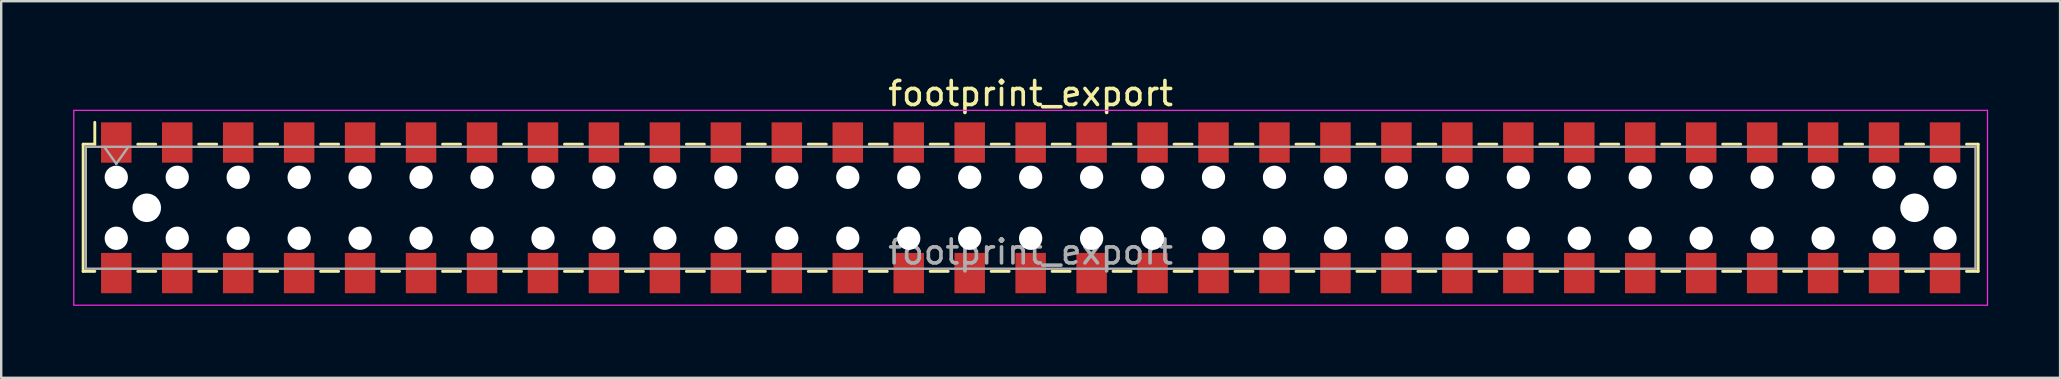
<source format=kicad_pcb>
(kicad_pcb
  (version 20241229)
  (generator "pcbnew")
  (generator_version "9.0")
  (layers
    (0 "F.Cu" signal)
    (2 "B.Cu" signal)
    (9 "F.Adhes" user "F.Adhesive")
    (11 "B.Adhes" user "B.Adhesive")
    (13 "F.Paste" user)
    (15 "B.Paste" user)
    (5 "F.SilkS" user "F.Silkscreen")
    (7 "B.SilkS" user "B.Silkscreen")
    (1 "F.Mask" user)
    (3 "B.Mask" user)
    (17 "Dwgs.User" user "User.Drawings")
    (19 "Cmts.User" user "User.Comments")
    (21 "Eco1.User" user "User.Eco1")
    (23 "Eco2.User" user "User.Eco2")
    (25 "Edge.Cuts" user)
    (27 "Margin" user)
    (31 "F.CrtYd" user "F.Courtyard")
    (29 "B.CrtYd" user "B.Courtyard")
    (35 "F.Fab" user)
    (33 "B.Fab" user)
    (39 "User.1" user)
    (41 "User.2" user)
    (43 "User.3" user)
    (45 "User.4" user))
  (footprint "footprint_export"
    (layer "F.Cu")
    (at 39.895 5.608)
    (property "Reference" "footprint_export" (at 0 -4.76 0) (layer "F.SilkS") (effects (font (size 1 1) (thickness 0.15))))
    (attr smd)
    (fp_line (start -39.48 -2.65) (end -39.48 2.65) (stroke (width 0.12) (type solid)) (layer "F.SilkS"))
    (fp_line (start -39.48 2.65) (end -38.995 2.65) (stroke (width 0.12) (type solid)) (layer "F.SilkS"))
    (fp_line (start -38.995 -3.56) (end -38.995 -2.65) (stroke (width 0.12) (type solid)) (layer "F.SilkS"))
    (fp_line (start -38.995 -2.65) (end -39.48 -2.65) (stroke (width 0.12) (type solid)) (layer "F.SilkS"))
    (fp_line (start -37.205 -2.65) (end -36.455 -2.65) (stroke (width 0.12) (type solid)) (layer "F.SilkS"))
    (fp_line (start -37.205 2.65) (end -36.455 2.65) (stroke (width 0.12) (type solid)) (layer "F.SilkS"))
    (fp_line (start -34.665 -2.65) (end -33.915 -2.65) (stroke (width 0.12) (type solid)) (layer "F.SilkS"))
    (fp_line (start -34.665 2.65) (end -33.915 2.65) (stroke (width 0.12) (type solid)) (layer "F.SilkS"))
    (fp_line (start -32.125 -2.65) (end -31.375 -2.65) (stroke (width 0.12) (type solid)) (layer "F.SilkS"))
    (fp_line (start -32.125 2.65) (end -31.375 2.65) (stroke (width 0.12) (type solid)) (layer "F.SilkS"))
    (fp_line (start -29.585 -2.65) (end -28.835 -2.65) (stroke (width 0.12) (type solid)) (layer "F.SilkS"))
    (fp_line (start -29.585 2.65) (end -28.835 2.65) (stroke (width 0.12) (type solid)) (layer "F.SilkS"))
    (fp_line (start -27.045 -2.65) (end -26.295 -2.65) (stroke (width 0.12) (type solid)) (layer "F.SilkS"))
    (fp_line (start -27.045 2.65) (end -26.295 2.65) (stroke (width 0.12) (type solid)) (layer "F.SilkS"))
    (fp_line (start -24.505 -2.65) (end -23.755 -2.65) (stroke (width 0.12) (type solid)) (layer "F.SilkS"))
    (fp_line (start -24.505 2.65) (end -23.755 2.65) (stroke (width 0.12) (type solid)) (layer "F.SilkS"))
    (fp_line (start -21.965 -2.65) (end -21.215 -2.65) (stroke (width 0.12) (type solid)) (layer "F.SilkS"))
    (fp_line (start -21.965 2.65) (end -21.215 2.65) (stroke (width 0.12) (type solid)) (layer "F.SilkS"))
    (fp_line (start -19.425 -2.65) (end -18.675 -2.65) (stroke (width 0.12) (type solid)) (layer "F.SilkS"))
    (fp_line (start -19.425 2.65) (end -18.675 2.65) (stroke (width 0.12) (type solid)) (layer "F.SilkS"))
    (fp_line (start -16.885 -2.65) (end -16.135 -2.65) (stroke (width 0.12) (type solid)) (layer "F.SilkS"))
    (fp_line (start -16.885 2.65) (end -16.135 2.65) (stroke (width 0.12) (type solid)) (layer "F.SilkS"))
    (fp_line (start -14.345 -2.65) (end -13.595 -2.65) (stroke (width 0.12) (type solid)) (layer "F.SilkS"))
    (fp_line (start -14.345 2.65) (end -13.595 2.65) (stroke (width 0.12) (type solid)) (layer "F.SilkS"))
    (fp_line (start -11.805 -2.65) (end -11.055 -2.65) (stroke (width 0.12) (type solid)) (layer "F.SilkS"))
    (fp_line (start -11.805 2.65) (end -11.055 2.65) (stroke (width 0.12) (type solid)) (layer "F.SilkS"))
    (fp_line (start -9.265 -2.65) (end -8.515 -2.65) (stroke (width 0.12) (type solid)) (layer "F.SilkS"))
    (fp_line (start -9.265 2.65) (end -8.515 2.65) (stroke (width 0.12) (type solid)) (layer "F.SilkS"))
    (fp_line (start -6.725 -2.65) (end -5.975 -2.65) (stroke (width 0.12) (type solid)) (layer "F.SilkS"))
    (fp_line (start -6.725 2.65) (end -5.975 2.65) (stroke (width 0.12) (type solid)) (layer "F.SilkS"))
    (fp_line (start -4.185 -2.65) (end -3.435 -2.65) (stroke (width 0.12) (type solid)) (layer "F.SilkS"))
    (fp_line (start -4.185 2.65) (end -3.435 2.65) (stroke (width 0.12) (type solid)) (layer "F.SilkS"))
    (fp_line (start -1.645 -2.65) (end -0.895 -2.65) (stroke (width 0.12) (type solid)) (layer "F.SilkS"))
    (fp_line (start -1.645 2.65) (end -0.895 2.65) (stroke (width 0.12) (type solid)) (layer "F.SilkS"))
    (fp_line (start 0.895 -2.65) (end 1.645 -2.65) (stroke (width 0.12) (type solid)) (layer "F.SilkS"))
    (fp_line (start 0.895 2.65) (end 1.645 2.65) (stroke (width 0.12) (type solid)) (layer "F.SilkS"))
    (fp_line (start 3.435 -2.65) (end 4.185 -2.65) (stroke (width 0.12) (type solid)) (layer "F.SilkS"))
    (fp_line (start 3.435 2.65) (end 4.185 2.65) (stroke (width 0.12) (type solid)) (layer "F.SilkS"))
    (fp_line (start 5.975 -2.65) (end 6.725 -2.65) (stroke (width 0.12) (type solid)) (layer "F.SilkS"))
    (fp_line (start 5.975 2.65) (end 6.725 2.65) (stroke (width 0.12) (type solid)) (layer "F.SilkS"))
    (fp_line (start 8.515 -2.65) (end 9.265 -2.65) (stroke (width 0.12) (type solid)) (layer "F.SilkS"))
    (fp_line (start 8.515 2.65) (end 9.265 2.65) (stroke (width 0.12) (type solid)) (layer "F.SilkS"))
    (fp_line (start 11.055 -2.65) (end 11.805 -2.65) (stroke (width 0.12) (type solid)) (layer "F.SilkS"))
    (fp_line (start 11.055 2.65) (end 11.805 2.65) (stroke (width 0.12) (type solid)) (layer "F.SilkS"))
    (fp_line (start 13.595 -2.65) (end 14.345 -2.65) (stroke (width 0.12) (type solid)) (layer "F.SilkS"))
    (fp_line (start 13.595 2.65) (end 14.345 2.65) (stroke (width 0.12) (type solid)) (layer "F.SilkS"))
    (fp_line (start 16.135 -2.65) (end 16.885 -2.65) (stroke (width 0.12) (type solid)) (layer "F.SilkS"))
    (fp_line (start 16.135 2.65) (end 16.885 2.65) (stroke (width 0.12) (type solid)) (layer "F.SilkS"))
    (fp_line (start 18.675 -2.65) (end 19.425 -2.65) (stroke (width 0.12) (type solid)) (layer "F.SilkS"))
    (fp_line (start 18.675 2.65) (end 19.425 2.65) (stroke (width 0.12) (type solid)) (layer "F.SilkS"))
    (fp_line (start 21.215 -2.65) (end 21.965 -2.65) (stroke (width 0.12) (type solid)) (layer "F.SilkS"))
    (fp_line (start 21.215 2.65) (end 21.965 2.65) (stroke (width 0.12) (type solid)) (layer "F.SilkS"))
    (fp_line (start 23.755 -2.65) (end 24.505 -2.65) (stroke (width 0.12) (type solid)) (layer "F.SilkS"))
    (fp_line (start 23.755 2.65) (end 24.505 2.65) (stroke (width 0.12) (type solid)) (layer "F.SilkS"))
    (fp_line (start 26.295 -2.65) (end 27.045 -2.65) (stroke (width 0.12) (type solid)) (layer "F.SilkS"))
    (fp_line (start 26.295 2.65) (end 27.045 2.65) (stroke (width 0.12) (type solid)) (layer "F.SilkS"))
    (fp_line (start 28.835 -2.65) (end 29.585 -2.65) (stroke (width 0.12) (type solid)) (layer "F.SilkS"))
    (fp_line (start 28.835 2.65) (end 29.585 2.65) (stroke (width 0.12) (type solid)) (layer "F.SilkS"))
    (fp_line (start 31.375 -2.65) (end 32.125 -2.65) (stroke (width 0.12) (type solid)) (layer "F.SilkS"))
    (fp_line (start 31.375 2.65) (end 32.125 2.65) (stroke (width 0.12) (type solid)) (layer "F.SilkS"))
    (fp_line (start 33.915 -2.65) (end 34.665 -2.65) (stroke (width 0.12) (type solid)) (layer "F.SilkS"))
    (fp_line (start 33.915 2.65) (end 34.665 2.65) (stroke (width 0.12) (type solid)) (layer "F.SilkS"))
    (fp_line (start 36.455 -2.65) (end 37.205 -2.65) (stroke (width 0.12) (type solid)) (layer "F.SilkS"))
    (fp_line (start 36.455 2.65) (end 37.205 2.65) (stroke (width 0.12) (type solid)) (layer "F.SilkS"))
    (fp_line (start 38.995 -2.65) (end 39.48 -2.65) (stroke (width 0.12) (type solid)) (layer "F.SilkS"))
    (fp_line (start 39.48 -2.65) (end 39.48 2.65) (stroke (width 0.12) (type solid)) (layer "F.SilkS"))
    (fp_line (start 39.48 2.65) (end 38.995 2.65) (stroke (width 0.12) (type solid)) (layer "F.SilkS"))
    (fp_line (start -39.87 -4.06) (end 39.87 -4.06) (stroke (width 0.05) (type solid)) (layer "F.CrtYd"))
    (fp_line (start -39.87 4.06) (end -39.87 -4.06) (stroke (width 0.05) (type solid)) (layer "F.CrtYd"))
    (fp_line (start 39.87 -4.06) (end 39.87 4.06) (stroke (width 0.05) (type solid)) (layer "F.CrtYd"))
    (fp_line (start 39.87 4.06) (end -39.87 4.06) (stroke (width 0.05) (type solid)) (layer "F.CrtYd"))
    (fp_line (start -39.37 -2.54) (end 39.37 -2.54) (stroke (width 0.1) (type solid)) (layer "F.Fab"))
    (fp_line (start -39.37 2.54) (end -39.37 -2.54) (stroke (width 0.1) (type solid)) (layer "F.Fab"))
    (fp_line (start -38.6 -2.54) (end -38.1 -1.833) (stroke (width 0.1) (type solid)) (layer "F.Fab"))
    (fp_line (start -38.1 -1.833) (end -37.6 -2.54) (stroke (width 0.1) (type solid)) (layer "F.Fab"))
    (fp_line (start 39.37 -2.54) (end 39.37 2.54) (stroke (width 0.1) (type solid)) (layer "F.Fab"))
    (fp_line (start 39.37 2.54) (end -39.37 2.54) (stroke (width 0.1) (type solid)) (layer "F.Fab"))
    (fp_text user "${REFERENCE}" (at 0 1.84 0) (layer "F.Fab") (effects (font (size 1 1) (thickness 0.15))))
    (pad "" np_thru_hole circle (at -38.1 -1.27) (size 0.97 0.97) (drill 0.97) (layers "*.Cu" "*.Mask"))
    (pad "" np_thru_hole circle (at -38.1 1.27) (size 0.97 0.97) (drill 0.97) (layers "*.Cu" "*.Mask"))
    (pad "" np_thru_hole circle (at -36.83 0) (size 1.19 1.19) (drill 1.19) (layers "*.Cu" "*.Mask"))
    (pad "" np_thru_hole circle (at -35.56 -1.27) (size 0.97 0.97) (drill 0.97) (layers "*.Cu" "*.Mask"))
    (pad "" np_thru_hole circle (at -35.56 1.27) (size 0.97 0.97) (drill 0.97) (layers "*.Cu" "*.Mask"))
    (pad "" np_thru_hole circle (at -33.02 -1.27) (size 0.97 0.97) (drill 0.97) (layers "*.Cu" "*.Mask"))
    (pad "" np_thru_hole circle (at -33.02 1.27) (size 0.97 0.97) (drill 0.97) (layers "*.Cu" "*.Mask"))
    (pad "" np_thru_hole circle (at -30.48 -1.27) (size 0.97 0.97) (drill 0.97) (layers "*.Cu" "*.Mask"))
    (pad "" np_thru_hole circle (at -30.48 1.27) (size 0.97 0.97) (drill 0.97) (layers "*.Cu" "*.Mask"))
    (pad "" np_thru_hole circle (at -27.94 -1.27) (size 0.97 0.97) (drill 0.97) (layers "*.Cu" "*.Mask"))
    (pad "" np_thru_hole circle (at -27.94 1.27) (size 0.97 0.97) (drill 0.97) (layers "*.Cu" "*.Mask"))
    (pad "" np_thru_hole circle (at -25.4 -1.27) (size 0.97 0.97) (drill 0.97) (layers "*.Cu" "*.Mask"))
    (pad "" np_thru_hole circle (at -25.4 1.27) (size 0.97 0.97) (drill 0.97) (layers "*.Cu" "*.Mask"))
    (pad "" np_thru_hole circle (at -22.86 -1.27) (size 0.97 0.97) (drill 0.97) (layers "*.Cu" "*.Mask"))
    (pad "" np_thru_hole circle (at -22.86 1.27) (size 0.97 0.97) (drill 0.97) (layers "*.Cu" "*.Mask"))
    (pad "" np_thru_hole circle (at -20.32 -1.27) (size 0.97 0.97) (drill 0.97) (layers "*.Cu" "*.Mask"))
    (pad "" np_thru_hole circle (at -20.32 1.27) (size 0.97 0.97) (drill 0.97) (layers "*.Cu" "*.Mask"))
    (pad "" np_thru_hole circle (at -17.78 -1.27) (size 0.97 0.97) (drill 0.97) (layers "*.Cu" "*.Mask"))
    (pad "" np_thru_hole circle (at -17.78 1.27) (size 0.97 0.97) (drill 0.97) (layers "*.Cu" "*.Mask"))
    (pad "" np_thru_hole circle (at -15.24 -1.27) (size 0.97 0.97) (drill 0.97) (layers "*.Cu" "*.Mask"))
    (pad "" np_thru_hole circle (at -15.24 1.27) (size 0.97 0.97) (drill 0.97) (layers "*.Cu" "*.Mask"))
    (pad "" np_thru_hole circle (at -12.7 -1.27) (size 0.97 0.97) (drill 0.97) (layers "*.Cu" "*.Mask"))
    (pad "" np_thru_hole circle (at -12.7 1.27) (size 0.97 0.97) (drill 0.97) (layers "*.Cu" "*.Mask"))
    (pad "" np_thru_hole circle (at -10.16 -1.27) (size 0.97 0.97) (drill 0.97) (layers "*.Cu" "*.Mask"))
    (pad "" np_thru_hole circle (at -10.16 1.27) (size 0.97 0.97) (drill 0.97) (layers "*.Cu" "*.Mask"))
    (pad "" np_thru_hole circle (at -7.62 -1.27) (size 0.97 0.97) (drill 0.97) (layers "*.Cu" "*.Mask"))
    (pad "" np_thru_hole circle (at -7.62 1.27) (size 0.97 0.97) (drill 0.97) (layers "*.Cu" "*.Mask"))
    (pad "" np_thru_hole circle (at -5.08 -1.27) (size 0.97 0.97) (drill 0.97) (layers "*.Cu" "*.Mask"))
    (pad "" np_thru_hole circle (at -5.08 1.27) (size 0.97 0.97) (drill 0.97) (layers "*.Cu" "*.Mask"))
    (pad "" np_thru_hole circle (at -2.54 -1.27) (size 0.97 0.97) (drill 0.97) (layers "*.Cu" "*.Mask"))
    (pad "" np_thru_hole circle (at -2.54 1.27) (size 0.97 0.97) (drill 0.97) (layers "*.Cu" "*.Mask"))
    (pad "" np_thru_hole circle (at 0 -1.27) (size 0.97 0.97) (drill 0.97) (layers "*.Cu" "*.Mask"))
    (pad "" np_thru_hole circle (at 0 1.27) (size 0.97 0.97) (drill 0.97) (layers "*.Cu" "*.Mask"))
    (pad "" np_thru_hole circle (at 2.54 -1.27) (size 0.97 0.97) (drill 0.97) (layers "*.Cu" "*.Mask"))
    (pad "" np_thru_hole circle (at 2.54 1.27) (size 0.97 0.97) (drill 0.97) (layers "*.Cu" "*.Mask"))
    (pad "" np_thru_hole circle (at 5.08 -1.27) (size 0.97 0.97) (drill 0.97) (layers "*.Cu" "*.Mask"))
    (pad "" np_thru_hole circle (at 5.08 1.27) (size 0.97 0.97) (drill 0.97) (layers "*.Cu" "*.Mask"))
    (pad "" np_thru_hole circle (at 7.62 -1.27) (size 0.97 0.97) (drill 0.97) (layers "*.Cu" "*.Mask"))
    (pad "" np_thru_hole circle (at 7.62 1.27) (size 0.97 0.97) (drill 0.97) (layers "*.Cu" "*.Mask"))
    (pad "" np_thru_hole circle (at 10.16 -1.27) (size 0.97 0.97) (drill 0.97) (layers "*.Cu" "*.Mask"))
    (pad "" np_thru_hole circle (at 10.16 1.27) (size 0.97 0.97) (drill 0.97) (layers "*.Cu" "*.Mask"))
    (pad "" np_thru_hole circle (at 12.7 -1.27) (size 0.97 0.97) (drill 0.97) (layers "*.Cu" "*.Mask"))
    (pad "" np_thru_hole circle (at 12.7 1.27) (size 0.97 0.97) (drill 0.97) (layers "*.Cu" "*.Mask"))
    (pad "" np_thru_hole circle (at 15.24 -1.27) (size 0.97 0.97) (drill 0.97) (layers "*.Cu" "*.Mask"))
    (pad "" np_thru_hole circle (at 15.24 1.27) (size 0.97 0.97) (drill 0.97) (layers "*.Cu" "*.Mask"))
    (pad "" np_thru_hole circle (at 17.78 -1.27) (size 0.97 0.97) (drill 0.97) (layers "*.Cu" "*.Mask"))
    (pad "" np_thru_hole circle (at 17.78 1.27) (size 0.97 0.97) (drill 0.97) (layers "*.Cu" "*.Mask"))
    (pad "" np_thru_hole circle (at 20.32 -1.27) (size 0.97 0.97) (drill 0.97) (layers "*.Cu" "*.Mask"))
    (pad "" np_thru_hole circle (at 20.32 1.27) (size 0.97 0.97) (drill 0.97) (layers "*.Cu" "*.Mask"))
    (pad "" np_thru_hole circle (at 22.86 -1.27) (size 0.97 0.97) (drill 0.97) (layers "*.Cu" "*.Mask"))
    (pad "" np_thru_hole circle (at 22.86 1.27) (size 0.97 0.97) (drill 0.97) (layers "*.Cu" "*.Mask"))
    (pad "" np_thru_hole circle (at 25.4 -1.27) (size 0.97 0.97) (drill 0.97) (layers "*.Cu" "*.Mask"))
    (pad "" np_thru_hole circle (at 25.4 1.27) (size 0.97 0.97) (drill 0.97) (layers "*.Cu" "*.Mask"))
    (pad "" np_thru_hole circle (at 27.94 -1.27) (size 0.97 0.97) (drill 0.97) (layers "*.Cu" "*.Mask"))
    (pad "" np_thru_hole circle (at 27.94 1.27) (size 0.97 0.97) (drill 0.97) (layers "*.Cu" "*.Mask"))
    (pad "" np_thru_hole circle (at 30.48 -1.27) (size 0.97 0.97) (drill 0.97) (layers "*.Cu" "*.Mask"))
    (pad "" np_thru_hole circle (at 30.48 1.27) (size 0.97 0.97) (drill 0.97) (layers "*.Cu" "*.Mask"))
    (pad "" np_thru_hole circle (at 33.02 -1.27) (size 0.97 0.97) (drill 0.97) (layers "*.Cu" "*.Mask"))
    (pad "" np_thru_hole circle (at 33.02 1.27) (size 0.97 0.97) (drill 0.97) (layers "*.Cu" "*.Mask"))
    (pad "" np_thru_hole circle (at 35.56 -1.27) (size 0.97 0.97) (drill 0.97) (layers "*.Cu" "*.Mask"))
    (pad "" np_thru_hole circle (at 35.56 1.27) (size 0.97 0.97) (drill 0.97) (layers "*.Cu" "*.Mask"))
    (pad "" np_thru_hole circle (at 36.83 0) (size 1.19 1.19) (drill 1.19) (layers "*.Cu" "*.Mask"))
    (pad "" np_thru_hole circle (at 38.1 -1.27) (size 0.97 0.97) (drill 0.97) (layers "*.Cu" "*.Mask"))
    (pad "" np_thru_hole circle (at 38.1 1.27) (size 0.97 0.97) (drill 0.97) (layers "*.Cu" "*.Mask"))
    (pad "1" smd rect (at -38.1 -2.72) (size 1.27 1.68) (layers "F.Cu" "F.Mask" "F.Paste"))
    (pad "2" smd rect (at -38.1 2.72) (size 1.27 1.68) (layers "F.Cu" "F.Mask" "F.Paste"))
    (pad "3" smd rect (at -35.56 -2.72) (size 1.27 1.68) (layers "F.Cu" "F.Mask" "F.Paste"))
    (pad "4" smd rect (at -35.56 2.72) (size 1.27 1.68) (layers "F.Cu" "F.Mask" "F.Paste"))
    (pad "5" smd rect (at -33.02 -2.72) (size 1.27 1.68) (layers "F.Cu" "F.Mask" "F.Paste"))
    (pad "6" smd rect (at -33.02 2.72) (size 1.27 1.68) (layers "F.Cu" "F.Mask" "F.Paste"))
    (pad "7" smd rect (at -30.48 -2.72) (size 1.27 1.68) (layers "F.Cu" "F.Mask" "F.Paste"))
    (pad "8" smd rect (at -30.48 2.72) (size 1.27 1.68) (layers "F.Cu" "F.Mask" "F.Paste"))
    (pad "9" smd rect (at -27.94 -2.72) (size 1.27 1.68) (layers "F.Cu" "F.Mask" "F.Paste"))
    (pad "10" smd rect (at -27.94 2.72) (size 1.27 1.68) (layers "F.Cu" "F.Mask" "F.Paste"))
    (pad "11" smd rect (at -25.4 -2.72) (size 1.27 1.68) (layers "F.Cu" "F.Mask" "F.Paste"))
    (pad "12" smd rect (at -25.4 2.72) (size 1.27 1.68) (layers "F.Cu" "F.Mask" "F.Paste"))
    (pad "13" smd rect (at -22.86 -2.72) (size 1.27 1.68) (layers "F.Cu" "F.Mask" "F.Paste"))
    (pad "14" smd rect (at -22.86 2.72) (size 1.27 1.68) (layers "F.Cu" "F.Mask" "F.Paste"))
    (pad "15" smd rect (at -20.32 -2.72) (size 1.27 1.68) (layers "F.Cu" "F.Mask" "F.Paste"))
    (pad "16" smd rect (at -20.32 2.72) (size 1.27 1.68) (layers "F.Cu" "F.Mask" "F.Paste"))
    (pad "17" smd rect (at -17.78 -2.72) (size 1.27 1.68) (layers "F.Cu" "F.Mask" "F.Paste"))
    (pad "18" smd rect (at -17.78 2.72) (size 1.27 1.68) (layers "F.Cu" "F.Mask" "F.Paste"))
    (pad "19" smd rect (at -15.24 -2.72) (size 1.27 1.68) (layers "F.Cu" "F.Mask" "F.Paste"))
    (pad "20" smd rect (at -15.24 2.72) (size 1.27 1.68) (layers "F.Cu" "F.Mask" "F.Paste"))
    (pad "21" smd rect (at -12.7 -2.72) (size 1.27 1.68) (layers "F.Cu" "F.Mask" "F.Paste"))
    (pad "22" smd rect (at -12.7 2.72) (size 1.27 1.68) (layers "F.Cu" "F.Mask" "F.Paste"))
    (pad "23" smd rect (at -10.16 -2.72) (size 1.27 1.68) (layers "F.Cu" "F.Mask" "F.Paste"))
    (pad "24" smd rect (at -10.16 2.72) (size 1.27 1.68) (layers "F.Cu" "F.Mask" "F.Paste"))
    (pad "25" smd rect (at -7.62 -2.72) (size 1.27 1.68) (layers "F.Cu" "F.Mask" "F.Paste"))
    (pad "26" smd rect (at -7.62 2.72) (size 1.27 1.68) (layers "F.Cu" "F.Mask" "F.Paste"))
    (pad "27" smd rect (at -5.08 -2.72) (size 1.27 1.68) (layers "F.Cu" "F.Mask" "F.Paste"))
    (pad "28" smd rect (at -5.08 2.72) (size 1.27 1.68) (layers "F.Cu" "F.Mask" "F.Paste"))
    (pad "29" smd rect (at -2.54 -2.72) (size 1.27 1.68) (layers "F.Cu" "F.Mask" "F.Paste"))
    (pad "30" smd rect (at -2.54 2.72) (size 1.27 1.68) (layers "F.Cu" "F.Mask" "F.Paste"))
    (pad "31" smd rect (at 0 -2.72) (size 1.27 1.68) (layers "F.Cu" "F.Mask" "F.Paste"))
    (pad "32" smd rect (at 0 2.72) (size 1.27 1.68) (layers "F.Cu" "F.Mask" "F.Paste"))
    (pad "33" smd rect (at 2.54 -2.72) (size 1.27 1.68) (layers "F.Cu" "F.Mask" "F.Paste"))
    (pad "34" smd rect (at 2.54 2.72) (size 1.27 1.68) (layers "F.Cu" "F.Mask" "F.Paste"))
    (pad "35" smd rect (at 5.08 -2.72) (size 1.27 1.68) (layers "F.Cu" "F.Mask" "F.Paste"))
    (pad "36" smd rect (at 5.08 2.72) (size 1.27 1.68) (layers "F.Cu" "F.Mask" "F.Paste"))
    (pad "37" smd rect (at 7.62 -2.72) (size 1.27 1.68) (layers "F.Cu" "F.Mask" "F.Paste"))
    (pad "38" smd rect (at 7.62 2.72) (size 1.27 1.68) (layers "F.Cu" "F.Mask" "F.Paste"))
    (pad "39" smd rect (at 10.16 -2.72) (size 1.27 1.68) (layers "F.Cu" "F.Mask" "F.Paste"))
    (pad "40" smd rect (at 10.16 2.72) (size 1.27 1.68) (layers "F.Cu" "F.Mask" "F.Paste"))
    (pad "41" smd rect (at 12.7 -2.72) (size 1.27 1.68) (layers "F.Cu" "F.Mask" "F.Paste"))
    (pad "42" smd rect (at 12.7 2.72) (size 1.27 1.68) (layers "F.Cu" "F.Mask" "F.Paste"))
    (pad "43" smd rect (at 15.24 -2.72) (size 1.27 1.68) (layers "F.Cu" "F.Mask" "F.Paste"))
    (pad "44" smd rect (at 15.24 2.72) (size 1.27 1.68) (layers "F.Cu" "F.Mask" "F.Paste"))
    (pad "45" smd rect (at 17.78 -2.72) (size 1.27 1.68) (layers "F.Cu" "F.Mask" "F.Paste"))
    (pad "46" smd rect (at 17.78 2.72) (size 1.27 1.68) (layers "F.Cu" "F.Mask" "F.Paste"))
    (pad "47" smd rect (at 20.32 -2.72) (size 1.27 1.68) (layers "F.Cu" "F.Mask" "F.Paste"))
    (pad "48" smd rect (at 20.32 2.72) (size 1.27 1.68) (layers "F.Cu" "F.Mask" "F.Paste"))
    (pad "49" smd rect (at 22.86 -2.72) (size 1.27 1.68) (layers "F.Cu" "F.Mask" "F.Paste"))
    (pad "50" smd rect (at 22.86 2.72) (size 1.27 1.68) (layers "F.Cu" "F.Mask" "F.Paste"))
    (pad "51" smd rect (at 25.4 -2.72) (size 1.27 1.68) (layers "F.Cu" "F.Mask" "F.Paste"))
    (pad "52" smd rect (at 25.4 2.72) (size 1.27 1.68) (layers "F.Cu" "F.Mask" "F.Paste"))
    (pad "53" smd rect (at 27.94 -2.72) (size 1.27 1.68) (layers "F.Cu" "F.Mask" "F.Paste"))
    (pad "54" smd rect (at 27.94 2.72) (size 1.27 1.68) (layers "F.Cu" "F.Mask" "F.Paste"))
    (pad "55" smd rect (at 30.48 -2.72) (size 1.27 1.68) (layers "F.Cu" "F.Mask" "F.Paste"))
    (pad "56" smd rect (at 30.48 2.72) (size 1.27 1.68) (layers "F.Cu" "F.Mask" "F.Paste"))
    (pad "57" smd rect (at 33.02 -2.72) (size 1.27 1.68) (layers "F.Cu" "F.Mask" "F.Paste"))
    (pad "58" smd rect (at 33.02 2.72) (size 1.27 1.68) (layers "F.Cu" "F.Mask" "F.Paste"))
    (pad "59" smd rect (at 35.56 -2.72) (size 1.27 1.68) (layers "F.Cu" "F.Mask" "F.Paste"))
    (pad "60" smd rect (at 35.56 2.72) (size 1.27 1.68) (layers "F.Cu" "F.Mask" "F.Paste"))
    (pad "61" smd rect (at 38.1 -2.72) (size 1.27 1.68) (layers "F.Cu" "F.Mask" "F.Paste"))
    (pad "62" smd rect (at 38.1 2.72) (size 1.27 1.68) (layers "F.Cu" "F.Mask" "F.Paste")))
  (gr_rect
    (start -3 -3)
    (end 82.79 12.693)
    (stroke (width 0.1) (type default))
    (fill no)
    (layer "Edge.Cuts")))
</source>
